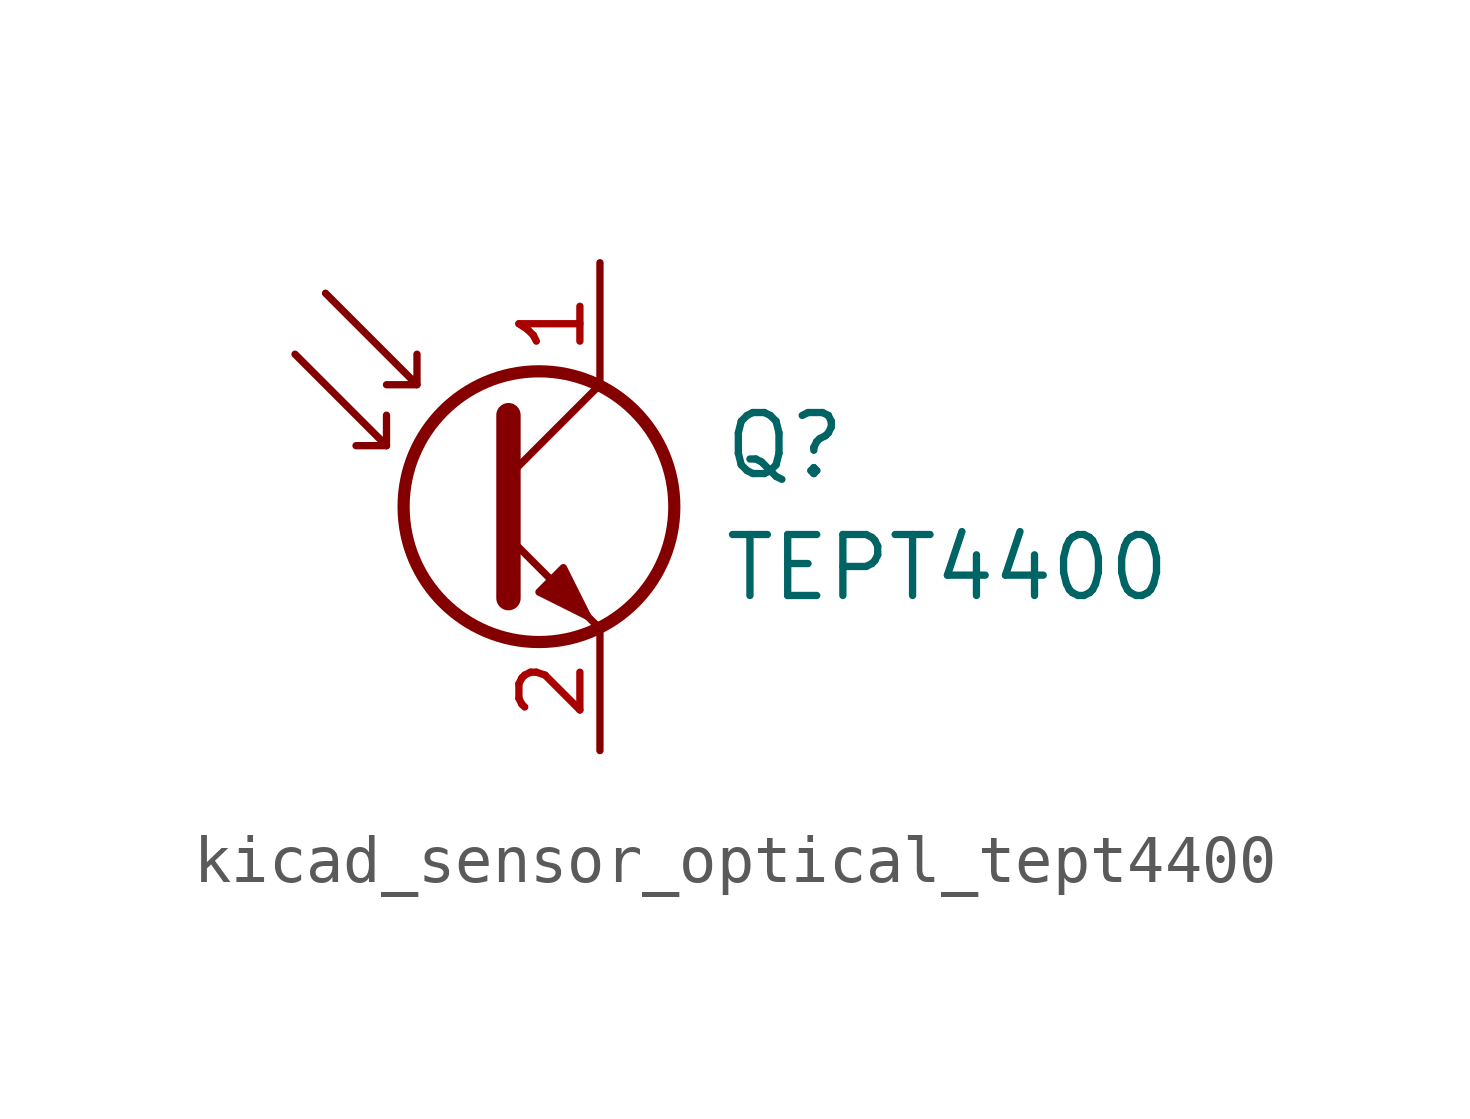
<source format=kicad_sym>
(kicad_symbol_lib
  (version 20220914)
  (generator kicad_symbol_editor)
  (symbol "kicad_sensor_optical_tept4400"
    (pin_names
      (offset 0) hide)
    (property "Reference" "Q"
      (at 5.08 1.27 0)
      (effects (font (size 1.27 1.27)) (justify left)))
    (property "Value" "TEPT4400"
      (at 5.08 -1.27 0)
      (effects (font (size 1.27 1.27)) (justify left)))
    (symbol "kicad_sensor_optical_tept4400_0_1"
      (polyline (pts (xy -1.905 1.27) (xy -2.54 1.27)) (stroke (width 0) (type default)) (fill (type none)))
      (polyline (pts (xy -1.27 2.54) (xy -1.905 2.54)) (stroke (width 0) (type default)) (fill (type none)))
      (polyline (pts (xy 0.635 0.635) (xy 2.54 2.54)) (stroke (width 0) (type default)) (fill (type none)))
      (polyline (pts (xy -3.81 3.175) (xy -1.905 1.27) (xy -1.905 1.905)) (stroke (width 0) (type default)) (fill (type none)))
      (polyline (pts (xy -3.175 4.445) (xy -1.27 2.54) (xy -1.27 3.175)) (stroke (width 0) (type default)) (fill (type none)))
      (polyline (pts (xy 0.635 -0.635) (xy 2.54 -2.54) (xy 2.54 -2.54)) (stroke (width 0) (type default)) (fill (type none)))
      (polyline (pts (xy 0.635 1.905) (xy 0.635 -1.905) (xy 0.635 -1.905)) (stroke (width 0.508) (type default)) (fill (type none)))
      (polyline (pts (xy 1.27 -1.778) (xy 1.778 -1.27) (xy 2.286 -2.286) (xy 1.27 -1.778) (xy 1.27 -1.778)) (stroke (width 0) (type default)) (fill (type outline)))
      (circle (center 1.27 0) (radius 2.819) (stroke (width 0.254) (type default)) (fill (type none))))
    (symbol "kicad_sensor_optical_tept4400_1_1"
      (pin passive line (at 2.54 5.08 270) (length 2.54) (name "C" (effects (font (size 1.27 1.27)))) (number "1" (effects (font (size 1.27 1.27)))))
      (pin passive line (at 2.54 -5.08 90) (length 2.54) (name "E" (effects (font (size 1.27 1.27)))) (number "2" (effects (font (size 1.27 1.27))))))))
</source>
